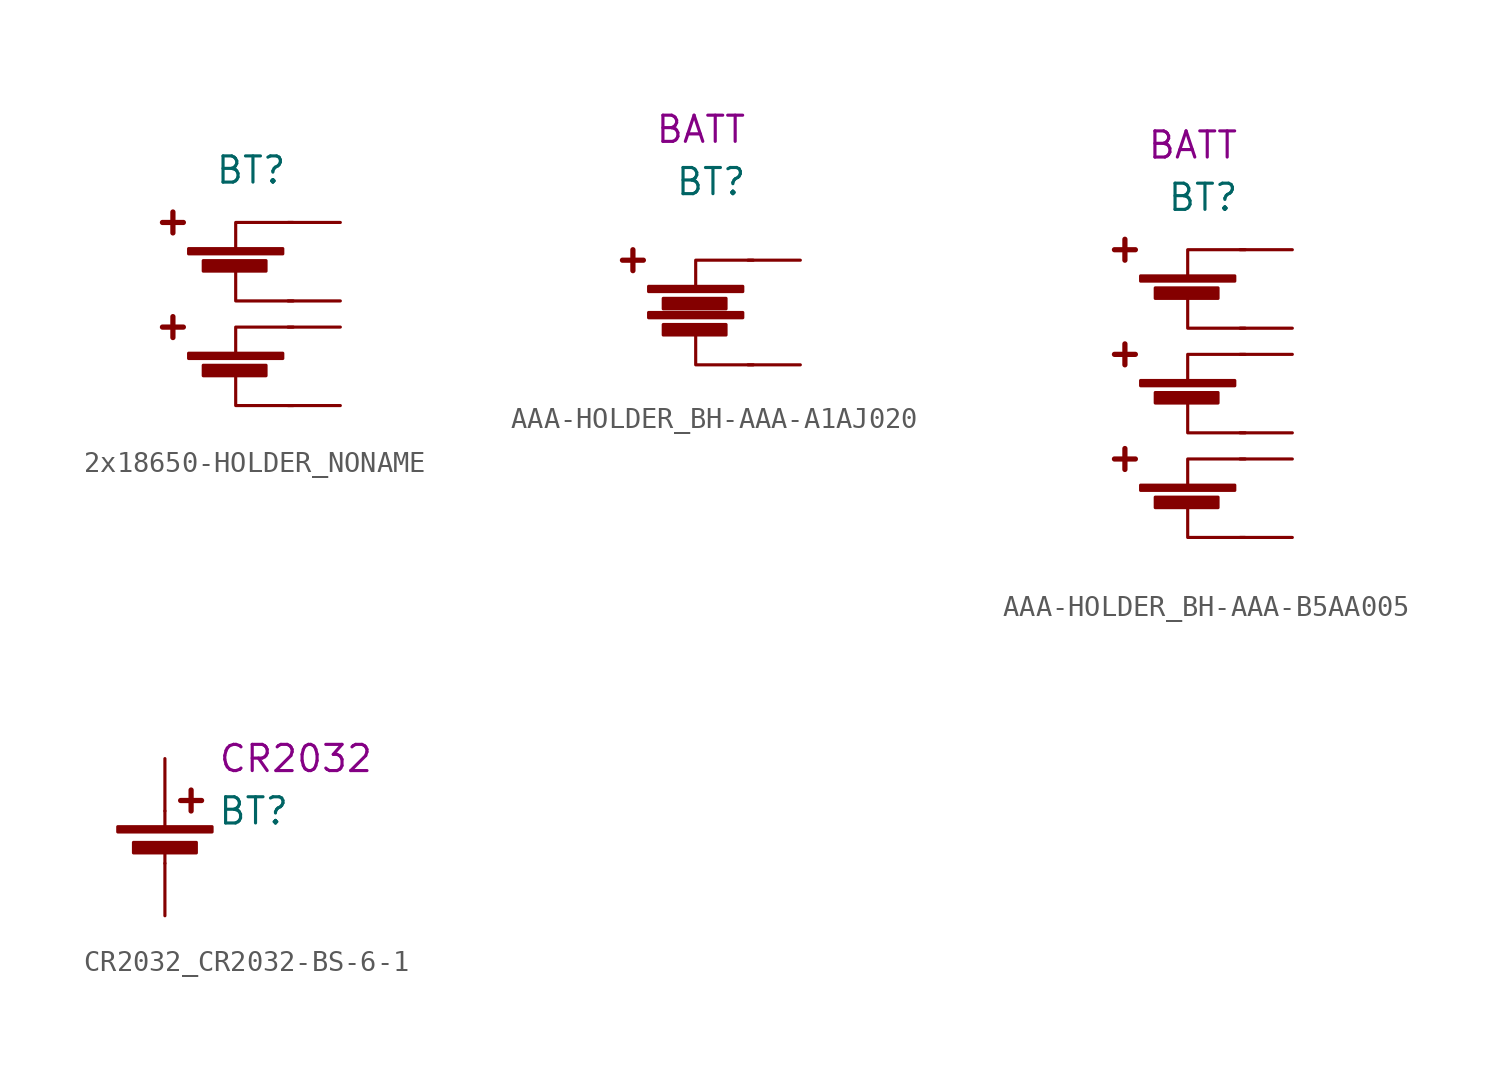
<source format=kicad_sym>
(kicad_symbol_lib
  (version 20220914)
  (generator kicad_symbol_editor)
  (symbol "2x18650-HOLDER_NONAME"
    (pin_numbers hide)
    (pin_names
      (offset 0) hide)
    (property "Reference" "BT"
      (at -1.016 6.35 0)
      (effects (font (size 1.27 1.27)) (justify left)))
    (property "UserValue" ""
      (at 0.254 8.89 0)
      (effects (font (size 1.27 1.27))))
    (symbol "2x18650-HOLDER_NONAME_0_1"
      (rectangle (start -2.286 -2.54) (end 2.286 -2.794) (stroke (width 0) (type default)) (fill (type outline)))
      (rectangle (start -2.286 2.54) (end 2.286 2.286) (stroke (width 0) (type default)) (fill (type outline)))
      (rectangle (start -1.575 -3.124) (end 1.473 -3.632) (stroke (width 0) (type default)) (fill (type outline)))
      (rectangle (start -1.575 1.956) (end 1.473 1.448) (stroke (width 0) (type default)) (fill (type outline)))
      (polyline (pts (xy -3.556 -1.27) (xy -2.54 -1.27)) (stroke (width 0.254) (type default)) (fill (type none)))
      (polyline (pts (xy -3.556 3.81) (xy -2.54 3.81)) (stroke (width 0.254) (type default)) (fill (type none)))
      (polyline (pts (xy -3.048 -0.762) (xy -3.048 -1.778)) (stroke (width 0.254) (type default)) (fill (type none)))
      (polyline (pts (xy -3.048 4.318) (xy -3.048 3.302)) (stroke (width 0.254) (type default)) (fill (type none)))
      (polyline (pts (xy 2.794 -5.08) (xy 0 -5.08) (xy 0 -3.556)) (stroke (width 0) (type default)) (fill (type none)))
      (polyline (pts (xy 2.794 -1.27) (xy 0 -1.27) (xy 0 -2.54)) (stroke (width 0) (type default)) (fill (type none)))
      (polyline (pts (xy 2.794 0) (xy 0 0) (xy 0 1.524)) (stroke (width 0) (type default)) (fill (type none)))
      (polyline (pts (xy 2.794 3.81) (xy 0 3.81) (xy 0 2.54)) (stroke (width 0) (type default)) (fill (type none))))
    (symbol "2x18650-HOLDER_NONAME_1_1"
      (pin passive line (at 5.08 -5.08 180) (length 2.54) (name "-" (effects (font (size 1.27 1.27)))) (number "3" (effects (font (size 1.27 1.27)))))
      (pin passive line (at 5.08 -1.27 180) (length 2.54) (name "+" (effects (font (size 1.27 1.27)))) (number "4" (effects (font (size 1.27 1.27)))))
      (pin passive line (at 5.08 0 180) (length 2.54) (name "-" (effects (font (size 1.27 1.27)))) (number "5" (effects (font (size 1.27 1.27)))))
      (pin passive line (at 5.08 3.81 180) (length 2.54) (name "+" (effects (font (size 1.27 1.27)))) (number "6" (effects (font (size 1.27 1.27)))))))
  (symbol "AAA-HOLDER_BH-AAA-A1AJ020"
    (pin_numbers hide)
    (pin_names
      (offset 0) hide)
    (property "Reference" "BT"
      (at -1.016 6.35 0)
      (effects (font (size 1.27 1.27)) (justify left)))
    (property "UserValue" "BATT"
      (at 0.254 8.89 0)
      (effects (font (size 1.27 1.27))))
    (symbol "AAA-HOLDER_BH-AAA-A1AJ020_0_1"
      (rectangle (start -2.286 0) (end 2.286 -0.254) (stroke (width 0) (type default)) (fill (type outline)))
      (rectangle (start -2.286 1.27) (end 2.286 1.016) (stroke (width 0) (type default)) (fill (type outline)))
      (rectangle (start -1.575 -0.584) (end 1.473 -1.092) (stroke (width 0) (type default)) (fill (type outline)))
      (rectangle (start -1.575 0.686) (end 1.473 0.178) (stroke (width 0) (type default)) (fill (type outline)))
      (polyline (pts (xy -3.556 2.54) (xy -2.54 2.54)) (stroke (width 0.254) (type default)) (fill (type none)))
      (polyline (pts (xy -3.048 3.048) (xy -3.048 2.032)) (stroke (width 0.254) (type default)) (fill (type none)))
      (polyline (pts (xy 2.794 -2.54) (xy 0 -2.54) (xy 0 -1.016)) (stroke (width 0) (type default)) (fill (type none)))
      (polyline (pts (xy 2.794 2.54) (xy 0 2.54) (xy 0 1.27)) (stroke (width 0) (type default)) (fill (type none))))
    (symbol "AAA-HOLDER_BH-AAA-A1AJ020_1_1"
      (pin passive line (at 5.08 2.54 180) (length 2.54) (name "+" (effects (font (size 1.27 1.27)))) (number "+" (effects (font (size 1.27 1.27)))))
      (pin passive line (at 5.08 -2.54 180) (length 2.54) (name "-" (effects (font (size 1.27 1.27)))) (number "-" (effects (font (size 1.27 1.27)))))))
  (symbol "AAA-HOLDER_BH-AAA-B5AA005"
    (pin_numbers hide)
    (pin_names
      (offset 0) hide)
    (property "Reference" "BT"
      (at -1.016 8.89 0)
      (effects (font (size 1.27 1.27)) (justify left)))
    (property "UserValue" "BATT"
      (at 0.254 11.43 0)
      (effects (font (size 1.27 1.27))))
    (symbol "AAA-HOLDER_BH-AAA-B5AA005_0_1"
      (rectangle (start -2.286 -5.08) (end 2.286 -5.334) (stroke (width 0) (type default)) (fill (type outline)))
      (rectangle (start -2.286 0) (end 2.286 -0.254) (stroke (width 0) (type default)) (fill (type outline)))
      (rectangle (start -2.286 5.08) (end 2.286 4.826) (stroke (width 0) (type default)) (fill (type outline)))
      (rectangle (start -1.575 -5.664) (end 1.473 -6.172) (stroke (width 0) (type default)) (fill (type outline)))
      (rectangle (start -1.575 -0.584) (end 1.473 -1.092) (stroke (width 0) (type default)) (fill (type outline)))
      (rectangle (start -1.575 4.496) (end 1.473 3.988) (stroke (width 0) (type default)) (fill (type outline)))
      (polyline (pts (xy -3.556 -3.81) (xy -2.54 -3.81)) (stroke (width 0.254) (type default)) (fill (type none)))
      (polyline (pts (xy -3.556 1.27) (xy -2.54 1.27)) (stroke (width 0.254) (type default)) (fill (type none)))
      (polyline (pts (xy -3.556 6.35) (xy -2.54 6.35)) (stroke (width 0.254) (type default)) (fill (type none)))
      (polyline (pts (xy -3.048 -3.302) (xy -3.048 -4.318)) (stroke (width 0.254) (type default)) (fill (type none)))
      (polyline (pts (xy -3.048 1.778) (xy -3.048 0.762)) (stroke (width 0.254) (type default)) (fill (type none)))
      (polyline (pts (xy -3.048 6.858) (xy -3.048 5.842)) (stroke (width 0.254) (type default)) (fill (type none)))
      (polyline (pts (xy 2.794 -7.62) (xy 0 -7.62) (xy 0 -6.096)) (stroke (width 0) (type default)) (fill (type none)))
      (polyline (pts (xy 2.794 -3.81) (xy 0 -3.81) (xy 0 -5.08)) (stroke (width 0) (type default)) (fill (type none)))
      (polyline (pts (xy 2.794 -2.54) (xy 0 -2.54) (xy 0 -1.016)) (stroke (width 0) (type default)) (fill (type none)))
      (polyline (pts (xy 2.794 1.27) (xy 0 1.27) (xy 0 0)) (stroke (width 0) (type default)) (fill (type none)))
      (polyline (pts (xy 2.794 2.54) (xy 0 2.54) (xy 0 4.064)) (stroke (width 0) (type default)) (fill (type none)))
      (polyline (pts (xy 2.794 6.35) (xy 0 6.35) (xy 0 5.08)) (stroke (width 0) (type default)) (fill (type none))))
    (symbol "AAA-HOLDER_BH-AAA-B5AA005_1_1"
      (pin passive line (at 5.08 -7.62 180) (length 2.54) (name "-" (effects (font (size 1.27 1.27)))) (number "1" (effects (font (size 1.27 1.27)))))
      (pin passive line (at 5.08 -3.81 180) (length 2.54) (name "+" (effects (font (size 1.27 1.27)))) (number "2" (effects (font (size 1.27 1.27)))))
      (pin passive line (at 5.08 -2.54 180) (length 2.54) (name "-" (effects (font (size 1.27 1.27)))) (number "3" (effects (font (size 1.27 1.27)))))
      (pin passive line (at 5.08 1.27 180) (length 2.54) (name "+" (effects (font (size 1.27 1.27)))) (number "4" (effects (font (size 1.27 1.27)))))
      (pin passive line (at 5.08 2.54 180) (length 2.54) (name "-" (effects (font (size 1.27 1.27)))) (number "5" (effects (font (size 1.27 1.27)))))
      (pin passive line (at 5.08 6.35 180) (length 2.54) (name "+" (effects (font (size 1.27 1.27)))) (number "6" (effects (font (size 1.27 1.27)))))))
  (symbol "CR2032_CR2032-BS-6-1"
    (pin_numbers hide)
    (pin_names
      (offset 0) hide)
    (property "Reference" "BT"
      (at 2.54 2.54 0)
      (effects (font (size 1.27 1.27)) (justify left)))
    (property "UserValue" "CR2032"
      (at 6.35 5.08 0)
      (effects (font (size 1.27 1.27))))
    (symbol "CR2032_CR2032-BS-6-1_0_1"
      (rectangle (start -2.286 1.778) (end 2.286 1.524) (stroke (width 0) (type default)) (fill (type outline)))
      (rectangle (start -1.524 1.016) (end 1.524 0.508) (stroke (width 0) (type default)) (fill (type outline)))
      (polyline (pts (xy 0 0.762) (xy 0 0)) (stroke (width 0) (type default)) (fill (type none)))
      (polyline (pts (xy 0 1.778) (xy 0 2.54)) (stroke (width 0) (type default)) (fill (type none)))
      (polyline (pts (xy 0.762 3.048) (xy 1.778 3.048)) (stroke (width 0.254) (type default)) (fill (type none)))
      (polyline (pts (xy 1.27 3.556) (xy 1.27 2.54)) (stroke (width 0.254) (type default)) (fill (type none))))
    (symbol "CR2032_CR2032-BS-6-1_1_1"
      (pin passive line (at 0 5.08 270) (length 2.54) (name "+" (effects (font (size 1.27 1.27)))) (number "1" (effects (font (size 1.27 1.27)))))
      (pin passive line (at 0 -2.54 90) (length 2.54) (name "-" (effects (font (size 1.27 1.27)))) (number "2" (effects (font (size 1.27 1.27))))))))
</source>
